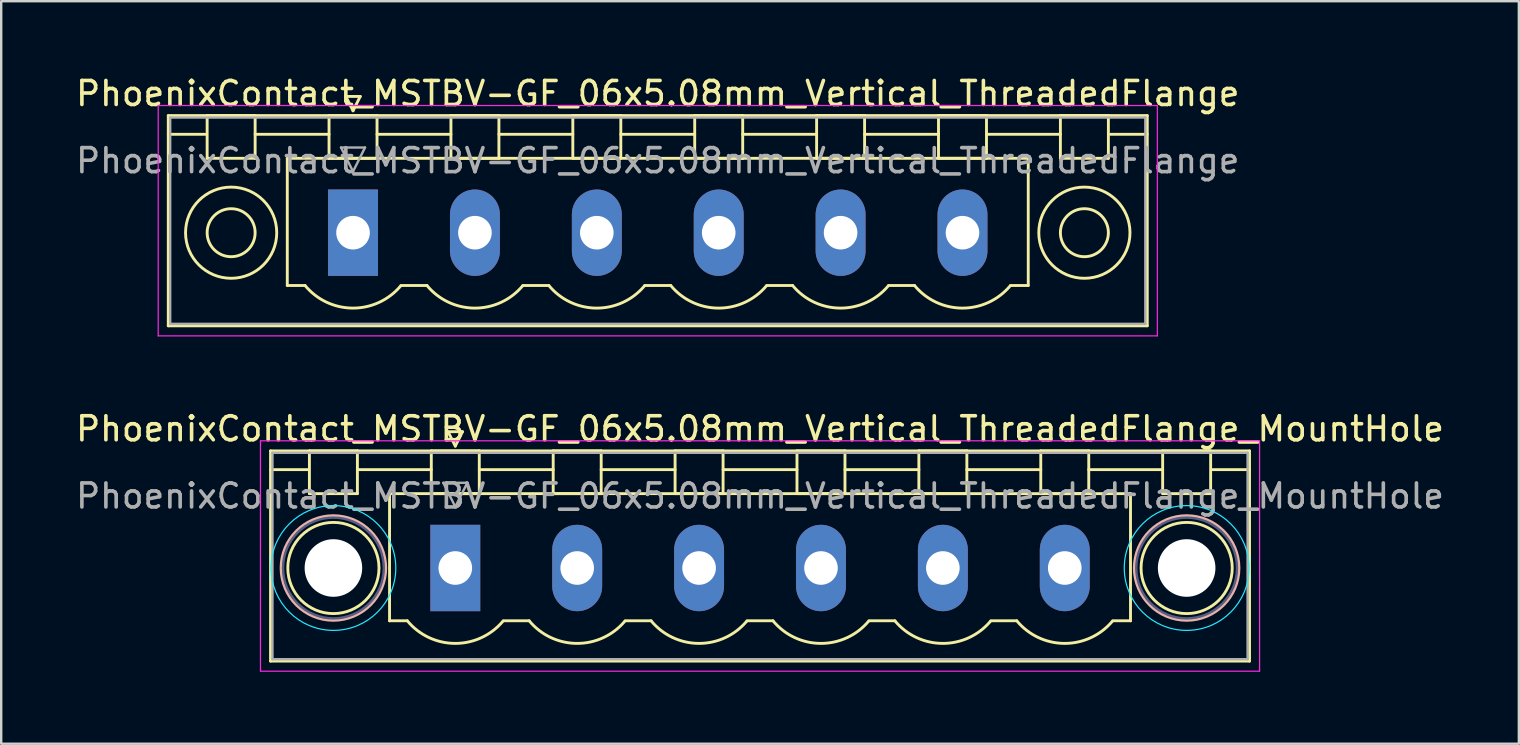
<source format=kicad_pcb>
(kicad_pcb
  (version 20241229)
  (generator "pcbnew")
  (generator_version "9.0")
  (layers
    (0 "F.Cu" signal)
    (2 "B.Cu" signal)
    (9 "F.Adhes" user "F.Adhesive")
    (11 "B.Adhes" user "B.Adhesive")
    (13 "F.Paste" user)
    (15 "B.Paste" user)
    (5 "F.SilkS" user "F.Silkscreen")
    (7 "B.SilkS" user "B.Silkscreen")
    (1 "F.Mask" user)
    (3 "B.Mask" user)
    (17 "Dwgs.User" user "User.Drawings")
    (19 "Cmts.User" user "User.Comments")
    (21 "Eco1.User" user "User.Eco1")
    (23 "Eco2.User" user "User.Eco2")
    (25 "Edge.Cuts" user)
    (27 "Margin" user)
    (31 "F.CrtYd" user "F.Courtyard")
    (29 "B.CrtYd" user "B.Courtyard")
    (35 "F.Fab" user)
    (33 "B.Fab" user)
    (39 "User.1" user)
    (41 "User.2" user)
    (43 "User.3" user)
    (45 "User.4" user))
  (footprint "PhoenixContact_MSTBV-GF_06x5.08mm_Vertical_ThreadedFlange_MountHole"
    (layer "F.Cu")
    (at 15.925 20.622)
    (property "Reference" "PhoenixContact_MSTBV-GF_06x5.08mm_Vertical_ThreadedFlange_MountHole" (at 12.7 -5.8 0) (layer "F.SilkS") (effects (font (size 1 1) (thickness 0.15))))
    (attr through_hole)
    (fp_line (start -7.7 -4.88) (end -7.7 3.88) (stroke (width 0.12) (type solid)) (layer "F.SilkS"))
    (fp_line (start -7.7 -4.1) (end -6.16 -4.1) (stroke (width 0.12) (type solid)) (layer "F.SilkS"))
    (fp_line (start -7.7 3.88) (end 33.1 3.88) (stroke (width 0.12) (type solid)) (layer "F.SilkS"))
    (fp_line (start -6.08 -4.88) (end -4.08 -4.88) (stroke (width 0.12) (type solid)) (layer "F.SilkS"))
    (fp_line (start -6.08 -3.1) (end -6.08 -4.88) (stroke (width 0.12) (type solid)) (layer "F.SilkS"))
    (fp_line (start -4.08 -4.88) (end -4.08 -3.1) (stroke (width 0.12) (type solid)) (layer "F.SilkS"))
    (fp_line (start -4.08 -4.1) (end -1 -4.1) (stroke (width 0.12) (type solid)) (layer "F.SilkS"))
    (fp_line (start -4.08 -3.1) (end -6.08 -3.1) (stroke (width 0.12) (type solid)) (layer "F.SilkS"))
    (fp_line (start -2.74 -3.1) (end 28.14 -3.1) (stroke (width 0.12) (type solid)) (layer "F.SilkS"))
    (fp_line (start -2.74 2.2) (end -2.74 -3.1) (stroke (width 0.12) (type solid)) (layer "F.SilkS"))
    (fp_line (start -2 2.2) (end -2.74 2.2) (stroke (width 0.12) (type solid)) (layer "F.SilkS"))
    (fp_line (start -1 -4.88) (end 1 -4.88) (stroke (width 0.12) (type solid)) (layer "F.SilkS"))
    (fp_line (start -1 -3.1) (end -1 -4.88) (stroke (width 0.12) (type solid)) (layer "F.SilkS"))
    (fp_line (start -0.3 -5.68) (end 0.3 -5.68) (stroke (width 0.12) (type solid)) (layer "F.SilkS"))
    (fp_line (start 0 -5.08) (end -0.3 -5.68) (stroke (width 0.12) (type solid)) (layer "F.SilkS"))
    (fp_line (start 0.3 -5.68) (end 0 -5.08) (stroke (width 0.12) (type solid)) (layer "F.SilkS"))
    (fp_line (start 1 -4.88) (end 1 -3.1) (stroke (width 0.12) (type solid)) (layer "F.SilkS"))
    (fp_line (start 1 -4.1) (end 4.08 -4.1) (stroke (width 0.12) (type solid)) (layer "F.SilkS"))
    (fp_line (start 1 -3.1) (end -1 -3.1) (stroke (width 0.12) (type solid)) (layer "F.SilkS"))
    (fp_line (start 2 2.2) (end 3.08 2.2) (stroke (width 0.12) (type solid)) (layer "F.SilkS"))
    (fp_line (start 4.08 -4.88) (end 6.08 -4.88) (stroke (width 0.12) (type solid)) (layer "F.SilkS"))
    (fp_line (start 4.08 -3.1) (end 4.08 -4.88) (stroke (width 0.12) (type solid)) (layer "F.SilkS"))
    (fp_line (start 6.08 -4.88) (end 6.08 -3.1) (stroke (width 0.12) (type solid)) (layer "F.SilkS"))
    (fp_line (start 6.08 -4.1) (end 9.16 -4.1) (stroke (width 0.12) (type solid)) (layer "F.SilkS"))
    (fp_line (start 6.08 -3.1) (end 4.08 -3.1) (stroke (width 0.12) (type solid)) (layer "F.SilkS"))
    (fp_line (start 7.08 2.2) (end 8.16 2.2) (stroke (width 0.12) (type solid)) (layer "F.SilkS"))
    (fp_line (start 9.16 -4.88) (end 11.16 -4.88) (stroke (width 0.12) (type solid)) (layer "F.SilkS"))
    (fp_line (start 9.16 -3.1) (end 9.16 -4.88) (stroke (width 0.12) (type solid)) (layer "F.SilkS"))
    (fp_line (start 11.16 -4.88) (end 11.16 -3.1) (stroke (width 0.12) (type solid)) (layer "F.SilkS"))
    (fp_line (start 11.16 -4.1) (end 14.24 -4.1) (stroke (width 0.12) (type solid)) (layer "F.SilkS"))
    (fp_line (start 11.16 -3.1) (end 9.16 -3.1) (stroke (width 0.12) (type solid)) (layer "F.SilkS"))
    (fp_line (start 12.16 2.2) (end 13.24 2.2) (stroke (width 0.12) (type solid)) (layer "F.SilkS"))
    (fp_line (start 14.24 -4.88) (end 16.24 -4.88) (stroke (width 0.12) (type solid)) (layer "F.SilkS"))
    (fp_line (start 14.24 -3.1) (end 14.24 -4.88) (stroke (width 0.12) (type solid)) (layer "F.SilkS"))
    (fp_line (start 16.24 -4.88) (end 16.24 -3.1) (stroke (width 0.12) (type solid)) (layer "F.SilkS"))
    (fp_line (start 16.24 -4.1) (end 19.32 -4.1) (stroke (width 0.12) (type solid)) (layer "F.SilkS"))
    (fp_line (start 16.24 -3.1) (end 14.24 -3.1) (stroke (width 0.12) (type solid)) (layer "F.SilkS"))
    (fp_line (start 17.24 2.2) (end 18.32 2.2) (stroke (width 0.12) (type solid)) (layer "F.SilkS"))
    (fp_line (start 19.32 -4.88) (end 21.32 -4.88) (stroke (width 0.12) (type solid)) (layer "F.SilkS"))
    (fp_line (start 19.32 -3.1) (end 19.32 -4.88) (stroke (width 0.12) (type solid)) (layer "F.SilkS"))
    (fp_line (start 21.32 -4.88) (end 21.32 -3.1) (stroke (width 0.12) (type solid)) (layer "F.SilkS"))
    (fp_line (start 21.32 -4.1) (end 24.4 -4.1) (stroke (width 0.12) (type solid)) (layer "F.SilkS"))
    (fp_line (start 21.32 -3.1) (end 19.32 -3.1) (stroke (width 0.12) (type solid)) (layer "F.SilkS"))
    (fp_line (start 22.32 2.2) (end 23.4 2.2) (stroke (width 0.12) (type solid)) (layer "F.SilkS"))
    (fp_line (start 24.4 -4.88) (end 26.4 -4.88) (stroke (width 0.12) (type solid)) (layer "F.SilkS"))
    (fp_line (start 24.4 -3.1) (end 24.4 -4.88) (stroke (width 0.12) (type solid)) (layer "F.SilkS"))
    (fp_line (start 26.4 -4.88) (end 26.4 -3.1) (stroke (width 0.12) (type solid)) (layer "F.SilkS"))
    (fp_line (start 26.4 -4.1) (end 29.48 -4.1) (stroke (width 0.12) (type solid)) (layer "F.SilkS"))
    (fp_line (start 26.4 -3.1) (end 24.4 -3.1) (stroke (width 0.12) (type solid)) (layer "F.SilkS"))
    (fp_line (start 28.14 -3.1) (end 28.14 2.2) (stroke (width 0.12) (type solid)) (layer "F.SilkS"))
    (fp_line (start 28.14 2.2) (end 27.4 2.2) (stroke (width 0.12) (type solid)) (layer "F.SilkS"))
    (fp_line (start 29.48 -4.88) (end 31.48 -4.88) (stroke (width 0.12) (type solid)) (layer "F.SilkS"))
    (fp_line (start 29.48 -3.1) (end 29.48 -4.88) (stroke (width 0.12) (type solid)) (layer "F.SilkS"))
    (fp_line (start 31.48 -4.88) (end 31.48 -3.1) (stroke (width 0.12) (type solid)) (layer "F.SilkS"))
    (fp_line (start 31.48 -3.1) (end 29.48 -3.1) (stroke (width 0.12) (type solid)) (layer "F.SilkS"))
    (fp_line (start 33.1 -4.88) (end -7.7 -4.88) (stroke (width 0.12) (type solid)) (layer "F.SilkS"))
    (fp_line (start 33.1 -4.1) (end 31.56 -4.1) (stroke (width 0.12) (type solid)) (layer "F.SilkS"))
    (fp_line (start 33.1 3.88) (end 33.1 -4.88) (stroke (width 0.12) (type solid)) (layer "F.SilkS"))
    (fp_arc (start 1.986842 2.215821) (mid -0.010289 3.142758) (end -2 2.2) (stroke (width 0.12) (type solid)) (layer "F.SilkS"))
    (fp_arc (start 7.066842 2.215821) (mid 5.069711 3.142758) (end 3.08 2.2) (stroke (width 0.12) (type solid)) (layer "F.SilkS"))
    (fp_arc (start 12.146842 2.215821) (mid 10.149711 3.142758) (end 8.16 2.2) (stroke (width 0.12) (type solid)) (layer "F.SilkS"))
    (fp_arc (start 17.226842 2.215821) (mid 15.229711 3.142758) (end 13.24 2.2) (stroke (width 0.12) (type solid)) (layer "F.SilkS"))
    (fp_arc (start 22.306842 2.215821) (mid 20.309711 3.142758) (end 18.32 2.2) (stroke (width 0.12) (type solid)) (layer "F.SilkS"))
    (fp_arc (start 27.386842 2.215821) (mid 25.389711 3.142758) (end 23.4 2.2) (stroke (width 0.12) (type solid)) (layer "F.SilkS"))
    (fp_circle (center -5.08 0) (end -3.18 0) (stroke (width 0.12) (type solid)) (fill no) (layer "F.SilkS"))
    (fp_circle (center 30.48 0) (end 32.38 0) (stroke (width 0.12) (type solid)) (fill no) (layer "F.SilkS"))
    (fp_circle (center -5.08 0) (end -2.9 0) (stroke (width 0.12) (type solid)) (fill no) (layer "B.SilkS"))
    (fp_circle (center 30.48 0) (end 32.66 0) (stroke (width 0.12) (type solid)) (fill no) (layer "B.SilkS"))
    (fp_circle (center -5.08 0) (end -2.48 0) (stroke (width 0.05) (type solid)) (fill no) (layer "B.CrtYd"))
    (fp_circle (center 30.48 0) (end 33.08 0) (stroke (width 0.05) (type solid)) (fill no) (layer "B.CrtYd"))
    (fp_line (start -8.12 -5.3) (end -8.12 4.3) (stroke (width 0.05) (type solid)) (layer "F.CrtYd"))
    (fp_line (start -8.12 4.3) (end 33.52 4.3) (stroke (width 0.05) (type solid)) (layer "F.CrtYd"))
    (fp_line (start 33.52 -5.3) (end -8.12 -5.3) (stroke (width 0.05) (type solid)) (layer "F.CrtYd"))
    (fp_line (start 33.52 4.3) (end 33.52 -5.3) (stroke (width 0.05) (type solid)) (layer "F.CrtYd"))
    (fp_circle (center -5.08 0) (end -2.98 0) (stroke (width 0.1) (type solid)) (fill no) (layer "B.Fab"))
    (fp_circle (center 30.48 0) (end 32.58 0) (stroke (width 0.1) (type solid)) (fill no) (layer "B.Fab"))
    (fp_line (start -7.62 -4.8) (end -7.62 3.8) (stroke (width 0.1) (type solid)) (layer "F.Fab"))
    (fp_line (start -7.62 3.8) (end 33.02 3.8) (stroke (width 0.1) (type solid)) (layer "F.Fab"))
    (fp_line (start -0.5 -3.55) (end 0.5 -3.55) (stroke (width 0.1) (type solid)) (layer "F.Fab"))
    (fp_line (start 0 -2.55) (end -0.5 -3.55) (stroke (width 0.1) (type solid)) (layer "F.Fab"))
    (fp_line (start 0.5 -3.55) (end 0 -2.55) (stroke (width 0.1) (type solid)) (layer "F.Fab"))
    (fp_line (start 33.02 -4.8) (end -7.62 -4.8) (stroke (width 0.1) (type solid)) (layer "F.Fab"))
    (fp_line (start 33.02 3.8) (end 33.02 -4.8) (stroke (width 0.1) (type solid)) (layer "F.Fab"))
    (fp_text user "${REFERENCE}" (at 12.7 -3 0) (layer "F.Fab") (effects (font (size 1 1) (thickness 0.15))))
    (pad "" np_thru_hole circle (at -5.08 0) (size 2.4 2.4) (drill 2.4) (layers "*.Cu" "*.Mask"))
    (pad "" np_thru_hole circle (at 30.48 0) (size 2.4 2.4) (drill 2.4) (layers "*.Cu" "*.Mask"))
    (pad "1" thru_hole rect (at 0 0) (size 2.08 3.6) (drill 1.4) (layers "*.Cu" "*.Mask"))
    (pad "2" thru_hole oval (at 5.08 0) (size 2.08 3.6) (drill 1.4) (layers "*.Cu" "*.Mask"))
    (pad "3" thru_hole oval (at 10.16 0) (size 2.08 3.6) (drill 1.4) (layers "*.Cu" "*.Mask"))
    (pad "4" thru_hole oval (at 15.24 0) (size 2.08 3.6) (drill 1.4) (layers "*.Cu" "*.Mask"))
    (pad "5" thru_hole oval (at 20.32 0) (size 2.08 3.6) (drill 1.4) (layers "*.Cu" "*.Mask"))
    (pad "6" thru_hole oval (at 25.4 0) (size 2.08 3.6) (drill 1.4) (layers "*.Cu" "*.Mask")))
  (footprint "PhoenixContact_MSTBV-GF_06x5.08mm_Vertical_ThreadedFlange"
    (layer "F.Cu")
    (at 11.663 6.648)
    (property "Reference" "PhoenixContact_MSTBV-GF_06x5.08mm_Vertical_ThreadedFlange" (at 12.7 -5.8 0) (layer "F.SilkS") (effects (font (size 1 1) (thickness 0.15))))
    (attr through_hole)
    (fp_line (start -7.7 -4.88) (end -7.7 3.88) (stroke (width 0.12) (type solid)) (layer "F.SilkS"))
    (fp_line (start -7.7 -4.1) (end -6.16 -4.1) (stroke (width 0.12) (type solid)) (layer "F.SilkS"))
    (fp_line (start -7.7 3.88) (end 33.1 3.88) (stroke (width 0.12) (type solid)) (layer "F.SilkS"))
    (fp_line (start -6.08 -4.88) (end -4.08 -4.88) (stroke (width 0.12) (type solid)) (layer "F.SilkS"))
    (fp_line (start -6.08 -3.1) (end -6.08 -4.88) (stroke (width 0.12) (type solid)) (layer "F.SilkS"))
    (fp_line (start -4.08 -4.88) (end -4.08 -3.1) (stroke (width 0.12) (type solid)) (layer "F.SilkS"))
    (fp_line (start -4.08 -4.1) (end -1 -4.1) (stroke (width 0.12) (type solid)) (layer "F.SilkS"))
    (fp_line (start -4.08 -3.1) (end -6.08 -3.1) (stroke (width 0.12) (type solid)) (layer "F.SilkS"))
    (fp_line (start -2.74 -3.1) (end 28.14 -3.1) (stroke (width 0.12) (type solid)) (layer "F.SilkS"))
    (fp_line (start -2.74 2.2) (end -2.74 -3.1) (stroke (width 0.12) (type solid)) (layer "F.SilkS"))
    (fp_line (start -2 2.2) (end -2.74 2.2) (stroke (width 0.12) (type solid)) (layer "F.SilkS"))
    (fp_line (start -1 -4.88) (end 1 -4.88) (stroke (width 0.12) (type solid)) (layer "F.SilkS"))
    (fp_line (start -1 -3.1) (end -1 -4.88) (stroke (width 0.12) (type solid)) (layer "F.SilkS"))
    (fp_line (start -0.3 -5.68) (end 0.3 -5.68) (stroke (width 0.12) (type solid)) (layer "F.SilkS"))
    (fp_line (start 0 -5.08) (end -0.3 -5.68) (stroke (width 0.12) (type solid)) (layer "F.SilkS"))
    (fp_line (start 0.3 -5.68) (end 0 -5.08) (stroke (width 0.12) (type solid)) (layer "F.SilkS"))
    (fp_line (start 1 -4.88) (end 1 -3.1) (stroke (width 0.12) (type solid)) (layer "F.SilkS"))
    (fp_line (start 1 -4.1) (end 4.08 -4.1) (stroke (width 0.12) (type solid)) (layer "F.SilkS"))
    (fp_line (start 1 -3.1) (end -1 -3.1) (stroke (width 0.12) (type solid)) (layer "F.SilkS"))
    (fp_line (start 2 2.2) (end 3.08 2.2) (stroke (width 0.12) (type solid)) (layer "F.SilkS"))
    (fp_line (start 4.08 -4.88) (end 6.08 -4.88) (stroke (width 0.12) (type solid)) (layer "F.SilkS"))
    (fp_line (start 4.08 -3.1) (end 4.08 -4.88) (stroke (width 0.12) (type solid)) (layer "F.SilkS"))
    (fp_line (start 6.08 -4.88) (end 6.08 -3.1) (stroke (width 0.12) (type solid)) (layer "F.SilkS"))
    (fp_line (start 6.08 -4.1) (end 9.16 -4.1) (stroke (width 0.12) (type solid)) (layer "F.SilkS"))
    (fp_line (start 6.08 -3.1) (end 4.08 -3.1) (stroke (width 0.12) (type solid)) (layer "F.SilkS"))
    (fp_line (start 7.08 2.2) (end 8.16 2.2) (stroke (width 0.12) (type solid)) (layer "F.SilkS"))
    (fp_line (start 9.16 -4.88) (end 11.16 -4.88) (stroke (width 0.12) (type solid)) (layer "F.SilkS"))
    (fp_line (start 9.16 -3.1) (end 9.16 -4.88) (stroke (width 0.12) (type solid)) (layer "F.SilkS"))
    (fp_line (start 11.16 -4.88) (end 11.16 -3.1) (stroke (width 0.12) (type solid)) (layer "F.SilkS"))
    (fp_line (start 11.16 -4.1) (end 14.24 -4.1) (stroke (width 0.12) (type solid)) (layer "F.SilkS"))
    (fp_line (start 11.16 -3.1) (end 9.16 -3.1) (stroke (width 0.12) (type solid)) (layer "F.SilkS"))
    (fp_line (start 12.16 2.2) (end 13.24 2.2) (stroke (width 0.12) (type solid)) (layer "F.SilkS"))
    (fp_line (start 14.24 -4.88) (end 16.24 -4.88) (stroke (width 0.12) (type solid)) (layer "F.SilkS"))
    (fp_line (start 14.24 -3.1) (end 14.24 -4.88) (stroke (width 0.12) (type solid)) (layer "F.SilkS"))
    (fp_line (start 16.24 -4.88) (end 16.24 -3.1) (stroke (width 0.12) (type solid)) (layer "F.SilkS"))
    (fp_line (start 16.24 -4.1) (end 19.32 -4.1) (stroke (width 0.12) (type solid)) (layer "F.SilkS"))
    (fp_line (start 16.24 -3.1) (end 14.24 -3.1) (stroke (width 0.12) (type solid)) (layer "F.SilkS"))
    (fp_line (start 17.24 2.2) (end 18.32 2.2) (stroke (width 0.12) (type solid)) (layer "F.SilkS"))
    (fp_line (start 19.32 -4.88) (end 21.32 -4.88) (stroke (width 0.12) (type solid)) (layer "F.SilkS"))
    (fp_line (start 19.32 -3.1) (end 19.32 -4.88) (stroke (width 0.12) (type solid)) (layer "F.SilkS"))
    (fp_line (start 21.32 -4.88) (end 21.32 -3.1) (stroke (width 0.12) (type solid)) (layer "F.SilkS"))
    (fp_line (start 21.32 -4.1) (end 24.4 -4.1) (stroke (width 0.12) (type solid)) (layer "F.SilkS"))
    (fp_line (start 21.32 -3.1) (end 19.32 -3.1) (stroke (width 0.12) (type solid)) (layer "F.SilkS"))
    (fp_line (start 22.32 2.2) (end 23.4 2.2) (stroke (width 0.12) (type solid)) (layer "F.SilkS"))
    (fp_line (start 24.4 -4.88) (end 26.4 -4.88) (stroke (width 0.12) (type solid)) (layer "F.SilkS"))
    (fp_line (start 24.4 -3.1) (end 24.4 -4.88) (stroke (width 0.12) (type solid)) (layer "F.SilkS"))
    (fp_line (start 26.4 -4.88) (end 26.4 -3.1) (stroke (width 0.12) (type solid)) (layer "F.SilkS"))
    (fp_line (start 26.4 -4.1) (end 29.48 -4.1) (stroke (width 0.12) (type solid)) (layer "F.SilkS"))
    (fp_line (start 26.4 -3.1) (end 24.4 -3.1) (stroke (width 0.12) (type solid)) (layer "F.SilkS"))
    (fp_line (start 28.14 -3.1) (end 28.14 2.2) (stroke (width 0.12) (type solid)) (layer "F.SilkS"))
    (fp_line (start 28.14 2.2) (end 27.4 2.2) (stroke (width 0.12) (type solid)) (layer "F.SilkS"))
    (fp_line (start 29.48 -4.88) (end 31.48 -4.88) (stroke (width 0.12) (type solid)) (layer "F.SilkS"))
    (fp_line (start 29.48 -3.1) (end 29.48 -4.88) (stroke (width 0.12) (type solid)) (layer "F.SilkS"))
    (fp_line (start 31.48 -4.88) (end 31.48 -3.1) (stroke (width 0.12) (type solid)) (layer "F.SilkS"))
    (fp_line (start 31.48 -3.1) (end 29.48 -3.1) (stroke (width 0.12) (type solid)) (layer "F.SilkS"))
    (fp_line (start 33.1 -4.88) (end -7.7 -4.88) (stroke (width 0.12) (type solid)) (layer "F.SilkS"))
    (fp_line (start 33.1 -4.1) (end 31.56 -4.1) (stroke (width 0.12) (type solid)) (layer "F.SilkS"))
    (fp_line (start 33.1 3.88) (end 33.1 -4.88) (stroke (width 0.12) (type solid)) (layer "F.SilkS"))
    (fp_arc (start 1.986842 2.215821) (mid -0.010289 3.142758) (end -2 2.2) (stroke (width 0.12) (type solid)) (layer "F.SilkS"))
    (fp_arc (start 7.066842 2.215821) (mid 5.069711 3.142758) (end 3.08 2.2) (stroke (width 0.12) (type solid)) (layer "F.SilkS"))
    (fp_arc (start 12.146842 2.215821) (mid 10.149711 3.142758) (end 8.16 2.2) (stroke (width 0.12) (type solid)) (layer "F.SilkS"))
    (fp_arc (start 17.226842 2.215821) (mid 15.229711 3.142758) (end 13.24 2.2) (stroke (width 0.12) (type solid)) (layer "F.SilkS"))
    (fp_arc (start 22.306842 2.215821) (mid 20.309711 3.142758) (end 18.32 2.2) (stroke (width 0.12) (type solid)) (layer "F.SilkS"))
    (fp_arc (start 27.386842 2.215821) (mid 25.389711 3.142758) (end 23.4 2.2) (stroke (width 0.12) (type solid)) (layer "F.SilkS"))
    (fp_circle (center -5.08 0) (end -4.08 0) (stroke (width 0.12) (type solid)) (fill no) (layer "F.SilkS"))
    (fp_circle (center -5.08 0) (end -3.18 0) (stroke (width 0.12) (type solid)) (fill no) (layer "F.SilkS"))
    (fp_circle (center 30.48 0) (end 31.48 0) (stroke (width 0.12) (type solid)) (fill no) (layer "F.SilkS"))
    (fp_circle (center 30.48 0) (end 32.38 0) (stroke (width 0.12) (type solid)) (fill no) (layer "F.SilkS"))
    (fp_line (start -8.12 -5.3) (end -8.12 4.3) (stroke (width 0.05) (type solid)) (layer "F.CrtYd"))
    (fp_line (start -8.12 4.3) (end 33.52 4.3) (stroke (width 0.05) (type solid)) (layer "F.CrtYd"))
    (fp_line (start 33.52 -5.3) (end -8.12 -5.3) (stroke (width 0.05) (type solid)) (layer "F.CrtYd"))
    (fp_line (start 33.52 4.3) (end 33.52 -5.3) (stroke (width 0.05) (type solid)) (layer "F.CrtYd"))
    (fp_line (start -7.62 -4.8) (end -7.62 3.8) (stroke (width 0.1) (type solid)) (layer "F.Fab"))
    (fp_line (start -7.62 3.8) (end 33.02 3.8) (stroke (width 0.1) (type solid)) (layer "F.Fab"))
    (fp_line (start -0.5 -3.55) (end 0.5 -3.55) (stroke (width 0.1) (type solid)) (layer "F.Fab"))
    (fp_line (start 0 -2.55) (end -0.5 -3.55) (stroke (width 0.1) (type solid)) (layer "F.Fab"))
    (fp_line (start 0.5 -3.55) (end 0 -2.55) (stroke (width 0.1) (type solid)) (layer "F.Fab"))
    (fp_line (start 33.02 -4.8) (end -7.62 -4.8) (stroke (width 0.1) (type solid)) (layer "F.Fab"))
    (fp_line (start 33.02 3.8) (end 33.02 -4.8) (stroke (width 0.1) (type solid)) (layer "F.Fab"))
    (fp_text user "${REFERENCE}" (at 12.7 -3 0) (layer "F.Fab") (effects (font (size 1 1) (thickness 0.15))))
    (pad "1" thru_hole rect (at 0 0) (size 2.08 3.6) (drill 1.4) (layers "*.Cu" "*.Mask"))
    (pad "2" thru_hole oval (at 5.08 0) (size 2.08 3.6) (drill 1.4) (layers "*.Cu" "*.Mask"))
    (pad "3" thru_hole oval (at 10.16 0) (size 2.08 3.6) (drill 1.4) (layers "*.Cu" "*.Mask"))
    (pad "4" thru_hole oval (at 15.24 0) (size 2.08 3.6) (drill 1.4) (layers "*.Cu" "*.Mask"))
    (pad "5" thru_hole oval (at 20.32 0) (size 2.08 3.6) (drill 1.4) (layers "*.Cu" "*.Mask"))
    (pad "6" thru_hole oval (at 25.4 0) (size 2.08 3.6) (drill 1.4) (layers "*.Cu" "*.Mask")))
  (gr_rect
    (start -3 -3)
    (end 60.25 27.947)
    (stroke (width 0.1) (type default))
    (fill no)
    (layer "Edge.Cuts")))
</source>
